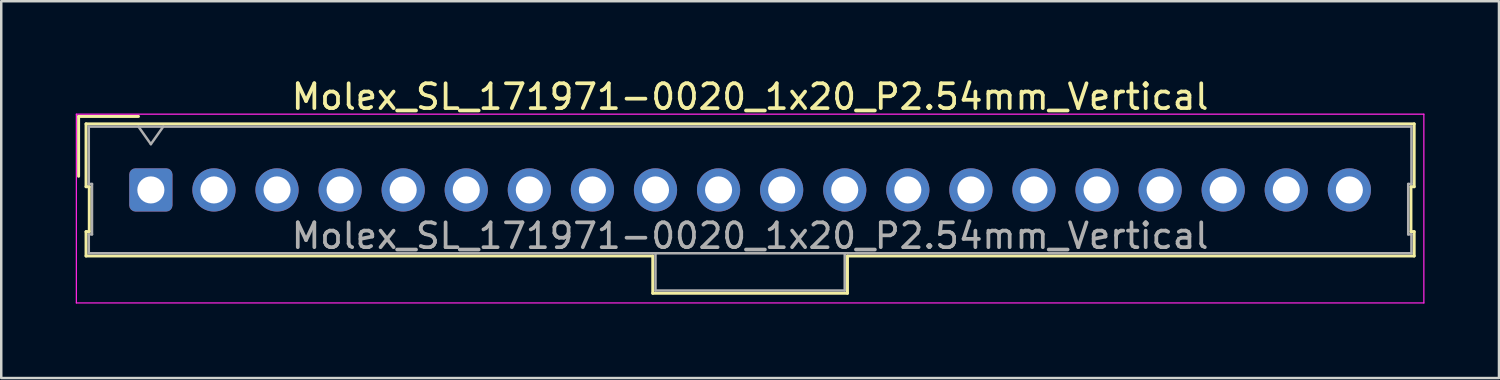
<source format=kicad_pcb>
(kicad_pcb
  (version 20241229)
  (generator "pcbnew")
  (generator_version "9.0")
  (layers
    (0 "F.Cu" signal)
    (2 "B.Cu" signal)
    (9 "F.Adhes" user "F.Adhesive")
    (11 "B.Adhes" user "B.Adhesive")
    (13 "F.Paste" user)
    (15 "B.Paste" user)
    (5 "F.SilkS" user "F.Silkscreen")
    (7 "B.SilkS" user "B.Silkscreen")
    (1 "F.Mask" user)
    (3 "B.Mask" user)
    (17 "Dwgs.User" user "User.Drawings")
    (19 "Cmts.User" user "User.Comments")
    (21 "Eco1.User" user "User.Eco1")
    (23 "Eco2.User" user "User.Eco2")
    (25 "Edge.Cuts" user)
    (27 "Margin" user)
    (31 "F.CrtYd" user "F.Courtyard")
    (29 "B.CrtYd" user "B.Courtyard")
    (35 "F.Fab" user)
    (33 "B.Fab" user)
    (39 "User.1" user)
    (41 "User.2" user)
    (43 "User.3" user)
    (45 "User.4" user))
  (footprint "Molex_SL_171971-0020_1x20_P2.54mm_Vertical"
    (layer "F.Cu")
    (at 3.025 4.598)
    (property "Reference" "Molex_SL_171971-0020_1x20_P2.54mm_Vertical" (at 24.13 -3.75 0) (layer "F.SilkS") (effects (font (size 1 1) (thickness 0.15))))
    (attr through_hole)
    (fp_line (start -2.91 -2.96) (end -0.5 -2.96) (stroke (width 0.12) (type solid)) (layer "F.SilkS"))
    (fp_line (start -2.91 -0.55) (end -2.91 -2.96) (stroke (width 0.12) (type solid)) (layer "F.SilkS"))
    (fp_line (start -2.61 -2.66) (end -2.61 -0.13) (stroke (width 0.12) (type solid)) (layer "F.SilkS"))
    (fp_line (start -2.61 -0.13) (end -2.48 -0.13) (stroke (width 0.12) (type solid)) (layer "F.SilkS"))
    (fp_line (start -2.61 1.68) (end -2.61 2.66) (stroke (width 0.12) (type solid)) (layer "F.SilkS"))
    (fp_line (start -2.61 2.66) (end 20.21 2.66) (stroke (width 0.12) (type solid)) (layer "F.SilkS"))
    (fp_line (start -2.48 -0.13) (end -2.48 1.68) (stroke (width 0.12) (type solid)) (layer "F.SilkS"))
    (fp_line (start -2.48 1.68) (end -2.61 1.68) (stroke (width 0.12) (type solid)) (layer "F.SilkS"))
    (fp_line (start 20.21 2.66) (end 20.21 4.16) (stroke (width 0.12) (type solid)) (layer "F.SilkS"))
    (fp_line (start 20.21 4.16) (end 28.05 4.16) (stroke (width 0.12) (type solid)) (layer "F.SilkS"))
    (fp_line (start 28.05 2.66) (end 50.87 2.66) (stroke (width 0.12) (type solid)) (layer "F.SilkS"))
    (fp_line (start 28.05 4.16) (end 28.05 2.66) (stroke (width 0.12) (type solid)) (layer "F.SilkS"))
    (fp_line (start 50.74 -0.13) (end 50.87 -0.13) (stroke (width 0.12) (type solid)) (layer "F.SilkS"))
    (fp_line (start 50.74 1.68) (end 50.74 -0.13) (stroke (width 0.12) (type solid)) (layer "F.SilkS"))
    (fp_line (start 50.87 -2.66) (end -2.61 -2.66) (stroke (width 0.12) (type solid)) (layer "F.SilkS"))
    (fp_line (start 50.87 -0.13) (end 50.87 -2.66) (stroke (width 0.12) (type solid)) (layer "F.SilkS"))
    (fp_line (start 50.87 1.68) (end 50.74 1.68) (stroke (width 0.12) (type solid)) (layer "F.SilkS"))
    (fp_line (start 50.87 2.66) (end 50.87 1.68) (stroke (width 0.12) (type solid)) (layer "F.SilkS"))
    (fp_line (start -3 -3.05) (end -3 4.55) (stroke (width 0.05) (type solid)) (layer "F.CrtYd"))
    (fp_line (start -3 4.55) (end 51.26 4.55) (stroke (width 0.05) (type solid)) (layer "F.CrtYd"))
    (fp_line (start 51.26 -3.05) (end -3 -3.05) (stroke (width 0.05) (type solid)) (layer "F.CrtYd"))
    (fp_line (start 51.26 4.55) (end 51.26 -3.05) (stroke (width 0.05) (type solid)) (layer "F.CrtYd"))
    (fp_line (start -2.5 -2.55) (end -2.5 -0.24) (stroke (width 0.1) (type solid)) (layer "F.Fab"))
    (fp_line (start -2.5 -0.24) (end -2.37 -0.24) (stroke (width 0.1) (type solid)) (layer "F.Fab"))
    (fp_line (start -2.5 1.79) (end -2.5 2.55) (stroke (width 0.1) (type solid)) (layer "F.Fab"))
    (fp_line (start -2.5 2.55) (end 50.76 2.55) (stroke (width 0.1) (type solid)) (layer "F.Fab"))
    (fp_line (start -2.37 -0.24) (end -2.37 1.79) (stroke (width 0.1) (type solid)) (layer "F.Fab"))
    (fp_line (start -2.37 1.79) (end -2.5 1.79) (stroke (width 0.1) (type solid)) (layer "F.Fab"))
    (fp_line (start 0 -1.843) (end -0.5 -2.55) (stroke (width 0.1) (type solid)) (layer "F.Fab"))
    (fp_line (start 0.5 -2.55) (end 0 -1.843) (stroke (width 0.1) (type solid)) (layer "F.Fab"))
    (fp_line (start 20.32 2.55) (end 20.32 4.05) (stroke (width 0.1) (type solid)) (layer "F.Fab"))
    (fp_line (start 20.32 4.05) (end 27.94 4.05) (stroke (width 0.1) (type solid)) (layer "F.Fab"))
    (fp_line (start 27.94 4.05) (end 27.94 2.55) (stroke (width 0.1) (type solid)) (layer "F.Fab"))
    (fp_line (start 50.63 -0.24) (end 50.76 -0.24) (stroke (width 0.1) (type solid)) (layer "F.Fab"))
    (fp_line (start 50.63 1.79) (end 50.63 -0.24) (stroke (width 0.1) (type solid)) (layer "F.Fab"))
    (fp_line (start 50.76 -2.55) (end -2.5 -2.55) (stroke (width 0.1) (type solid)) (layer "F.Fab"))
    (fp_line (start 50.76 -0.24) (end 50.76 -2.55) (stroke (width 0.1) (type solid)) (layer "F.Fab"))
    (fp_line (start 50.76 1.79) (end 50.63 1.79) (stroke (width 0.1) (type solid)) (layer "F.Fab"))
    (fp_line (start 50.76 2.55) (end 50.76 1.79) (stroke (width 0.1) (type solid)) (layer "F.Fab"))
    (fp_text user "${REFERENCE}" (at 24.13 1.85 0) (layer "F.Fab") (effects (font (size 1 1) (thickness 0.15))))
    (pad "1" thru_hole roundrect (at 0 0) (size 1.74 1.74) (drill 1.09) (layers "*.Cu" "*.Mask") (roundrect_rratio 0.144))
    (pad "2" thru_hole circle (at 2.54 0) (size 1.74 1.74) (drill 1.09) (layers "*.Cu" "*.Mask"))
    (pad "3" thru_hole circle (at 5.08 0) (size 1.74 1.74) (drill 1.09) (layers "*.Cu" "*.Mask"))
    (pad "4" thru_hole circle (at 7.62 0) (size 1.74 1.74) (drill 1.09) (layers "*.Cu" "*.Mask"))
    (pad "5" thru_hole circle (at 10.16 0) (size 1.74 1.74) (drill 1.09) (layers "*.Cu" "*.Mask"))
    (pad "6" thru_hole circle (at 12.7 0) (size 1.74 1.74) (drill 1.09) (layers "*.Cu" "*.Mask"))
    (pad "7" thru_hole circle (at 15.24 0) (size 1.74 1.74) (drill 1.09) (layers "*.Cu" "*.Mask"))
    (pad "8" thru_hole circle (at 17.78 0) (size 1.74 1.74) (drill 1.09) (layers "*.Cu" "*.Mask"))
    (pad "9" thru_hole circle (at 20.32 0) (size 1.74 1.74) (drill 1.09) (layers "*.Cu" "*.Mask"))
    (pad "10" thru_hole circle (at 22.86 0) (size 1.74 1.74) (drill 1.09) (layers "*.Cu" "*.Mask"))
    (pad "11" thru_hole circle (at 25.4 0) (size 1.74 1.74) (drill 1.09) (layers "*.Cu" "*.Mask"))
    (pad "12" thru_hole circle (at 27.94 0) (size 1.74 1.74) (drill 1.09) (layers "*.Cu" "*.Mask"))
    (pad "13" thru_hole circle (at 30.48 0) (size 1.74 1.74) (drill 1.09) (layers "*.Cu" "*.Mask"))
    (pad "14" thru_hole circle (at 33.02 0) (size 1.74 1.74) (drill 1.09) (layers "*.Cu" "*.Mask"))
    (pad "15" thru_hole circle (at 35.56 0) (size 1.74 1.74) (drill 1.09) (layers "*.Cu" "*.Mask"))
    (pad "16" thru_hole circle (at 38.1 0) (size 1.74 1.74) (drill 1.09) (layers "*.Cu" "*.Mask"))
    (pad "17" thru_hole circle (at 40.64 0) (size 1.74 1.74) (drill 1.09) (layers "*.Cu" "*.Mask"))
    (pad "18" thru_hole circle (at 43.18 0) (size 1.74 1.74) (drill 1.09) (layers "*.Cu" "*.Mask"))
    (pad "19" thru_hole circle (at 45.72 0) (size 1.74 1.74) (drill 1.09) (layers "*.Cu" "*.Mask"))
    (pad "20" thru_hole circle (at 48.26 0) (size 1.74 1.74) (drill 1.09) (layers "*.Cu" "*.Mask")))
  (gr_rect
    (start -3 -3)
    (end 57.31 12.173)
    (stroke (width 0.1) (type default))
    (fill no)
    (layer "Edge.Cuts")))
</source>
